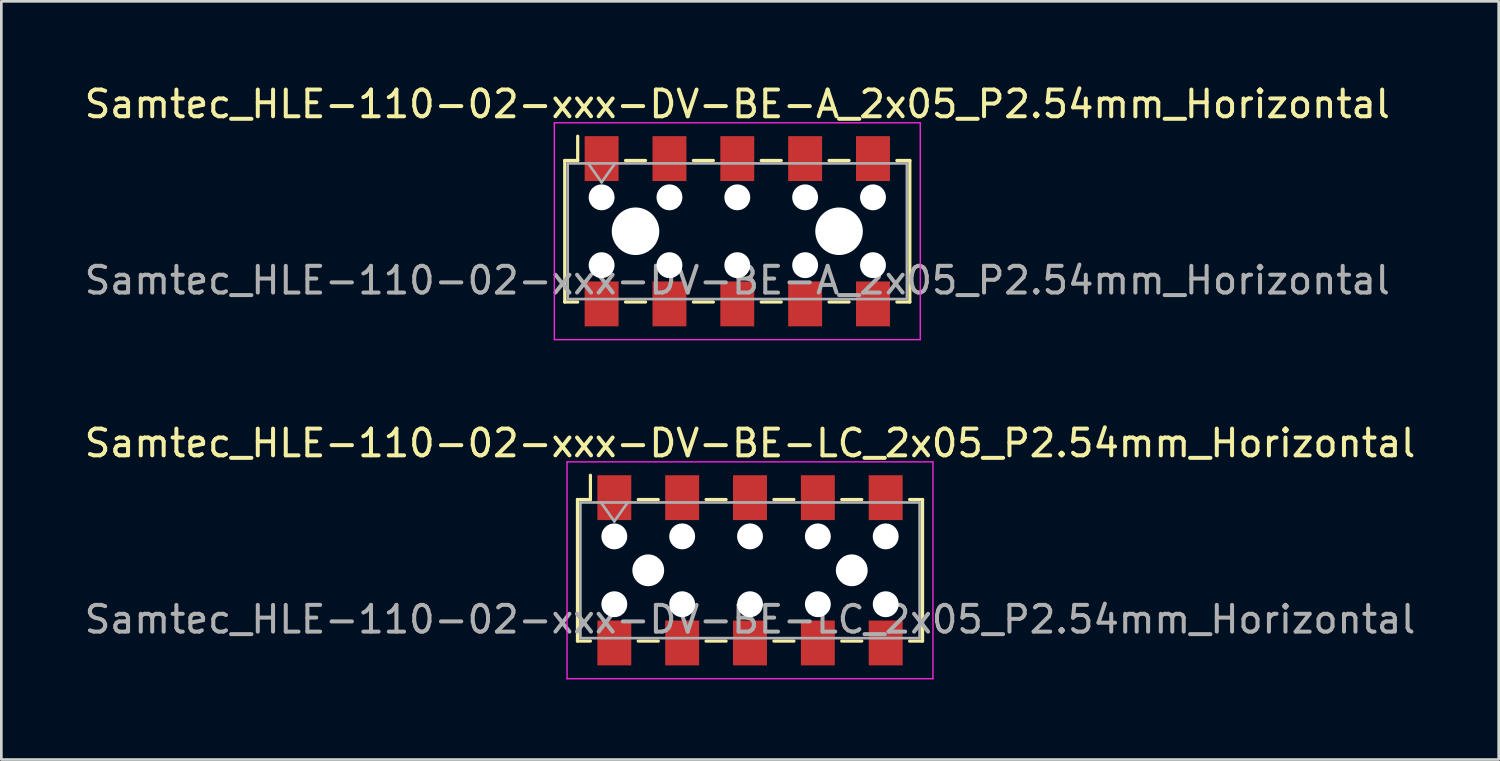
<source format=kicad_pcb>
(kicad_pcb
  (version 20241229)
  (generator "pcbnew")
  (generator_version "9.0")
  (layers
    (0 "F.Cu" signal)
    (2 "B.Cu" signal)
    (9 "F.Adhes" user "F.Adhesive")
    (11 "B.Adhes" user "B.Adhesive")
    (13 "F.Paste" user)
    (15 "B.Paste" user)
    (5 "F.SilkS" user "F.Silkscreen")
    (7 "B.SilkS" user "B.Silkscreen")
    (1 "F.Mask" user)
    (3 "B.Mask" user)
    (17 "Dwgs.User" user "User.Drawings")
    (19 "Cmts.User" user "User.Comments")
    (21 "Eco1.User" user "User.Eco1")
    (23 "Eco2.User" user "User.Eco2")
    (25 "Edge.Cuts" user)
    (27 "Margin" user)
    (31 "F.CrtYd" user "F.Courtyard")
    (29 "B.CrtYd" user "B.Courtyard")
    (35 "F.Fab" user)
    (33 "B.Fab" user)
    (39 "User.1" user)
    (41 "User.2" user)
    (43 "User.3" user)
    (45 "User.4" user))
  (footprint "Samtec_HLE-110-02-xxx-DV-BE-LC_2x05_P2.54mm_Horizontal"
    (layer "F.Cu")
    (at 25.03 18.302)
    (property "Reference" "Samtec_HLE-110-02-xxx-DV-BE-LC_2x05_P2.54mm_Horizontal" (at 0 -4.76 0) (layer "F.SilkS") (effects (font (size 1 1) (thickness 0.15))))
    (attr smd)
    (fp_line (start -6.46 -2.65) (end -6.46 2.65) (stroke (width 0.12) (type solid)) (layer "F.SilkS"))
    (fp_line (start -6.46 2.65) (end -5.975 2.65) (stroke (width 0.12) (type solid)) (layer "F.SilkS"))
    (fp_line (start -5.975 -3.56) (end -5.975 -2.65) (stroke (width 0.12) (type solid)) (layer "F.SilkS"))
    (fp_line (start -5.975 -2.65) (end -6.46 -2.65) (stroke (width 0.12) (type solid)) (layer "F.SilkS"))
    (fp_line (start -4.185 -2.65) (end -3.435 -2.65) (stroke (width 0.12) (type solid)) (layer "F.SilkS"))
    (fp_line (start -4.185 2.65) (end -3.435 2.65) (stroke (width 0.12) (type solid)) (layer "F.SilkS"))
    (fp_line (start -1.645 -2.65) (end -0.895 -2.65) (stroke (width 0.12) (type solid)) (layer "F.SilkS"))
    (fp_line (start -1.645 2.65) (end -0.895 2.65) (stroke (width 0.12) (type solid)) (layer "F.SilkS"))
    (fp_line (start 0.895 -2.65) (end 1.645 -2.65) (stroke (width 0.12) (type solid)) (layer "F.SilkS"))
    (fp_line (start 0.895 2.65) (end 1.645 2.65) (stroke (width 0.12) (type solid)) (layer "F.SilkS"))
    (fp_line (start 3.435 -2.65) (end 4.185 -2.65) (stroke (width 0.12) (type solid)) (layer "F.SilkS"))
    (fp_line (start 3.435 2.65) (end 4.185 2.65) (stroke (width 0.12) (type solid)) (layer "F.SilkS"))
    (fp_line (start 5.975 -2.65) (end 6.46 -2.65) (stroke (width 0.12) (type solid)) (layer "F.SilkS"))
    (fp_line (start 6.46 -2.65) (end 6.46 2.65) (stroke (width 0.12) (type solid)) (layer "F.SilkS"))
    (fp_line (start 6.46 2.65) (end 5.975 2.65) (stroke (width 0.12) (type solid)) (layer "F.SilkS"))
    (fp_line (start -6.85 -4.06) (end 6.85 -4.06) (stroke (width 0.05) (type solid)) (layer "F.CrtYd"))
    (fp_line (start -6.85 4.06) (end -6.85 -4.06) (stroke (width 0.05) (type solid)) (layer "F.CrtYd"))
    (fp_line (start 6.85 -4.06) (end 6.85 4.06) (stroke (width 0.05) (type solid)) (layer "F.CrtYd"))
    (fp_line (start 6.85 4.06) (end -6.85 4.06) (stroke (width 0.05) (type solid)) (layer "F.CrtYd"))
    (fp_line (start -6.35 -2.54) (end 6.35 -2.54) (stroke (width 0.1) (type solid)) (layer "F.Fab"))
    (fp_line (start -6.35 2.54) (end -6.35 -2.54) (stroke (width 0.1) (type solid)) (layer "F.Fab"))
    (fp_line (start -5.58 -2.54) (end -5.08 -1.833) (stroke (width 0.1) (type solid)) (layer "F.Fab"))
    (fp_line (start -5.08 -1.833) (end -4.58 -2.54) (stroke (width 0.1) (type solid)) (layer "F.Fab"))
    (fp_line (start 6.35 -2.54) (end 6.35 2.54) (stroke (width 0.1) (type solid)) (layer "F.Fab"))
    (fp_line (start 6.35 2.54) (end -6.35 2.54) (stroke (width 0.1) (type solid)) (layer "F.Fab"))
    (fp_text user "${REFERENCE}" (at 0 1.84 0) (layer "F.Fab") (effects (font (size 1 1) (thickness 0.15))))
    (pad "" np_thru_hole circle (at -5.08 -1.27) (size 0.97 0.97) (drill 0.97) (layers "*.Cu" "*.Mask"))
    (pad "" np_thru_hole circle (at -5.08 1.27) (size 0.97 0.97) (drill 0.97) (layers "*.Cu" "*.Mask"))
    (pad "" np_thru_hole circle (at -3.81 0) (size 1.19 1.19) (drill 1.19) (layers "*.Cu" "*.Mask"))
    (pad "" np_thru_hole circle (at -2.54 -1.27) (size 0.97 0.97) (drill 0.97) (layers "*.Cu" "*.Mask"))
    (pad "" np_thru_hole circle (at -2.54 1.27) (size 0.97 0.97) (drill 0.97) (layers "*.Cu" "*.Mask"))
    (pad "" np_thru_hole circle (at 0 -1.27) (size 0.97 0.97) (drill 0.97) (layers "*.Cu" "*.Mask"))
    (pad "" np_thru_hole circle (at 0 1.27) (size 0.97 0.97) (drill 0.97) (layers "*.Cu" "*.Mask"))
    (pad "" np_thru_hole circle (at 2.54 -1.27) (size 0.97 0.97) (drill 0.97) (layers "*.Cu" "*.Mask"))
    (pad "" np_thru_hole circle (at 2.54 1.27) (size 0.97 0.97) (drill 0.97) (layers "*.Cu" "*.Mask"))
    (pad "" np_thru_hole circle (at 3.81 0) (size 1.19 1.19) (drill 1.19) (layers "*.Cu" "*.Mask"))
    (pad "" np_thru_hole circle (at 5.08 -1.27) (size 0.97 0.97) (drill 0.97) (layers "*.Cu" "*.Mask"))
    (pad "" np_thru_hole circle (at 5.08 1.27) (size 0.97 0.97) (drill 0.97) (layers "*.Cu" "*.Mask"))
    (pad "1" smd rect (at -5.08 -2.72) (size 1.27 1.68) (layers "F.Cu" "F.Mask" "F.Paste"))
    (pad "2" smd rect (at -5.08 2.72) (size 1.27 1.68) (layers "F.Cu" "F.Mask" "F.Paste"))
    (pad "3" smd rect (at -2.54 -2.72) (size 1.27 1.68) (layers "F.Cu" "F.Mask" "F.Paste"))
    (pad "4" smd rect (at -2.54 2.72) (size 1.27 1.68) (layers "F.Cu" "F.Mask" "F.Paste"))
    (pad "5" smd rect (at 0 -2.72) (size 1.27 1.68) (layers "F.Cu" "F.Mask" "F.Paste"))
    (pad "6" smd rect (at 0 2.72) (size 1.27 1.68) (layers "F.Cu" "F.Mask" "F.Paste"))
    (pad "7" smd rect (at 2.54 -2.72) (size 1.27 1.68) (layers "F.Cu" "F.Mask" "F.Paste"))
    (pad "8" smd rect (at 2.54 2.72) (size 1.27 1.68) (layers "F.Cu" "F.Mask" "F.Paste"))
    (pad "9" smd rect (at 5.08 -2.72) (size 1.27 1.68) (layers "F.Cu" "F.Mask" "F.Paste"))
    (pad "10" smd rect (at 5.08 2.72) (size 1.27 1.68) (layers "F.Cu" "F.Mask" "F.Paste")))
  (footprint "Samtec_HLE-110-02-xxx-DV-BE-A_2x05_P2.54mm_Horizontal"
    (layer "F.Cu")
    (at 24.554 5.608)
    (property "Reference" "Samtec_HLE-110-02-xxx-DV-BE-A_2x05_P2.54mm_Horizontal" (at 0 -4.76 0) (layer "F.SilkS") (effects (font (size 1 1) (thickness 0.15))))
    (attr smd)
    (fp_line (start -6.46 -2.65) (end -6.46 2.65) (stroke (width 0.12) (type solid)) (layer "F.SilkS"))
    (fp_line (start -6.46 2.65) (end -5.975 2.65) (stroke (width 0.12) (type solid)) (layer "F.SilkS"))
    (fp_line (start -5.975 -3.56) (end -5.975 -2.65) (stroke (width 0.12) (type solid)) (layer "F.SilkS"))
    (fp_line (start -5.975 -2.65) (end -6.46 -2.65) (stroke (width 0.12) (type solid)) (layer "F.SilkS"))
    (fp_line (start -4.185 -2.65) (end -3.435 -2.65) (stroke (width 0.12) (type solid)) (layer "F.SilkS"))
    (fp_line (start -4.185 2.65) (end -3.435 2.65) (stroke (width 0.12) (type solid)) (layer "F.SilkS"))
    (fp_line (start -1.645 -2.65) (end -0.895 -2.65) (stroke (width 0.12) (type solid)) (layer "F.SilkS"))
    (fp_line (start -1.645 2.65) (end -0.895 2.65) (stroke (width 0.12) (type solid)) (layer "F.SilkS"))
    (fp_line (start 0.895 -2.65) (end 1.645 -2.65) (stroke (width 0.12) (type solid)) (layer "F.SilkS"))
    (fp_line (start 0.895 2.65) (end 1.645 2.65) (stroke (width 0.12) (type solid)) (layer "F.SilkS"))
    (fp_line (start 3.435 -2.65) (end 4.185 -2.65) (stroke (width 0.12) (type solid)) (layer "F.SilkS"))
    (fp_line (start 3.435 2.65) (end 4.185 2.65) (stroke (width 0.12) (type solid)) (layer "F.SilkS"))
    (fp_line (start 5.975 -2.65) (end 6.46 -2.65) (stroke (width 0.12) (type solid)) (layer "F.SilkS"))
    (fp_line (start 6.46 -2.65) (end 6.46 2.65) (stroke (width 0.12) (type solid)) (layer "F.SilkS"))
    (fp_line (start 6.46 2.65) (end 5.975 2.65) (stroke (width 0.12) (type solid)) (layer "F.SilkS"))
    (fp_line (start -6.85 -4.06) (end 6.85 -4.06) (stroke (width 0.05) (type solid)) (layer "F.CrtYd"))
    (fp_line (start -6.85 4.06) (end -6.85 -4.06) (stroke (width 0.05) (type solid)) (layer "F.CrtYd"))
    (fp_line (start 6.85 -4.06) (end 6.85 4.06) (stroke (width 0.05) (type solid)) (layer "F.CrtYd"))
    (fp_line (start 6.85 4.06) (end -6.85 4.06) (stroke (width 0.05) (type solid)) (layer "F.CrtYd"))
    (fp_line (start -6.35 -2.54) (end 6.35 -2.54) (stroke (width 0.1) (type solid)) (layer "F.Fab"))
    (fp_line (start -6.35 2.54) (end -6.35 -2.54) (stroke (width 0.1) (type solid)) (layer "F.Fab"))
    (fp_line (start -5.58 -2.54) (end -5.08 -1.833) (stroke (width 0.1) (type solid)) (layer "F.Fab"))
    (fp_line (start -5.08 -1.833) (end -4.58 -2.54) (stroke (width 0.1) (type solid)) (layer "F.Fab"))
    (fp_line (start 6.35 -2.54) (end 6.35 2.54) (stroke (width 0.1) (type solid)) (layer "F.Fab"))
    (fp_line (start 6.35 2.54) (end -6.35 2.54) (stroke (width 0.1) (type solid)) (layer "F.Fab"))
    (fp_text user "${REFERENCE}" (at 0 1.84 0) (layer "F.Fab") (effects (font (size 1 1) (thickness 0.15))))
    (pad "" np_thru_hole circle (at -5.08 -1.27) (size 0.97 0.97) (drill 0.97) (layers "*.Cu" "*.Mask"))
    (pad "" np_thru_hole circle (at -5.08 1.27) (size 0.97 0.97) (drill 0.97) (layers "*.Cu" "*.Mask"))
    (pad "" np_thru_hole circle (at -3.81 0) (size 1.78 1.78) (drill 1.78) (layers "*.Cu" "*.Mask"))
    (pad "" np_thru_hole circle (at -2.54 -1.27) (size 0.97 0.97) (drill 0.97) (layers "*.Cu" "*.Mask"))
    (pad "" np_thru_hole circle (at -2.54 1.27) (size 0.97 0.97) (drill 0.97) (layers "*.Cu" "*.Mask"))
    (pad "" np_thru_hole circle (at 0 -1.27) (size 0.97 0.97) (drill 0.97) (layers "*.Cu" "*.Mask"))
    (pad "" np_thru_hole circle (at 0 1.27) (size 0.97 0.97) (drill 0.97) (layers "*.Cu" "*.Mask"))
    (pad "" np_thru_hole circle (at 2.54 -1.27) (size 0.97 0.97) (drill 0.97) (layers "*.Cu" "*.Mask"))
    (pad "" np_thru_hole circle (at 2.54 1.27) (size 0.97 0.97) (drill 0.97) (layers "*.Cu" "*.Mask"))
    (pad "" np_thru_hole circle (at 3.81 0) (size 1.78 1.78) (drill 1.78) (layers "*.Cu" "*.Mask"))
    (pad "" np_thru_hole circle (at 5.08 -1.27) (size 0.97 0.97) (drill 0.97) (layers "*.Cu" "*.Mask"))
    (pad "" np_thru_hole circle (at 5.08 1.27) (size 0.97 0.97) (drill 0.97) (layers "*.Cu" "*.Mask"))
    (pad "1" smd rect (at -5.08 -2.72) (size 1.27 1.68) (layers "F.Cu" "F.Mask" "F.Paste"))
    (pad "2" smd rect (at -5.08 2.72) (size 1.27 1.68) (layers "F.Cu" "F.Mask" "F.Paste"))
    (pad "3" smd rect (at -2.54 -2.72) (size 1.27 1.68) (layers "F.Cu" "F.Mask" "F.Paste"))
    (pad "4" smd rect (at -2.54 2.72) (size 1.27 1.68) (layers "F.Cu" "F.Mask" "F.Paste"))
    (pad "5" smd rect (at 0 -2.72) (size 1.27 1.68) (layers "F.Cu" "F.Mask" "F.Paste"))
    (pad "6" smd rect (at 0 2.72) (size 1.27 1.68) (layers "F.Cu" "F.Mask" "F.Paste"))
    (pad "7" smd rect (at 2.54 -2.72) (size 1.27 1.68) (layers "F.Cu" "F.Mask" "F.Paste"))
    (pad "8" smd rect (at 2.54 2.72) (size 1.27 1.68) (layers "F.Cu" "F.Mask" "F.Paste"))
    (pad "9" smd rect (at 5.08 -2.72) (size 1.27 1.68) (layers "F.Cu" "F.Mask" "F.Paste"))
    (pad "10" smd rect (at 5.08 2.72) (size 1.27 1.68) (layers "F.Cu" "F.Mask" "F.Paste")))
  (gr_rect
    (start -3 -3)
    (end 53.06 25.387)
    (stroke (width 0.1) (type default))
    (fill no)
    (layer "Edge.Cuts")))
</source>
